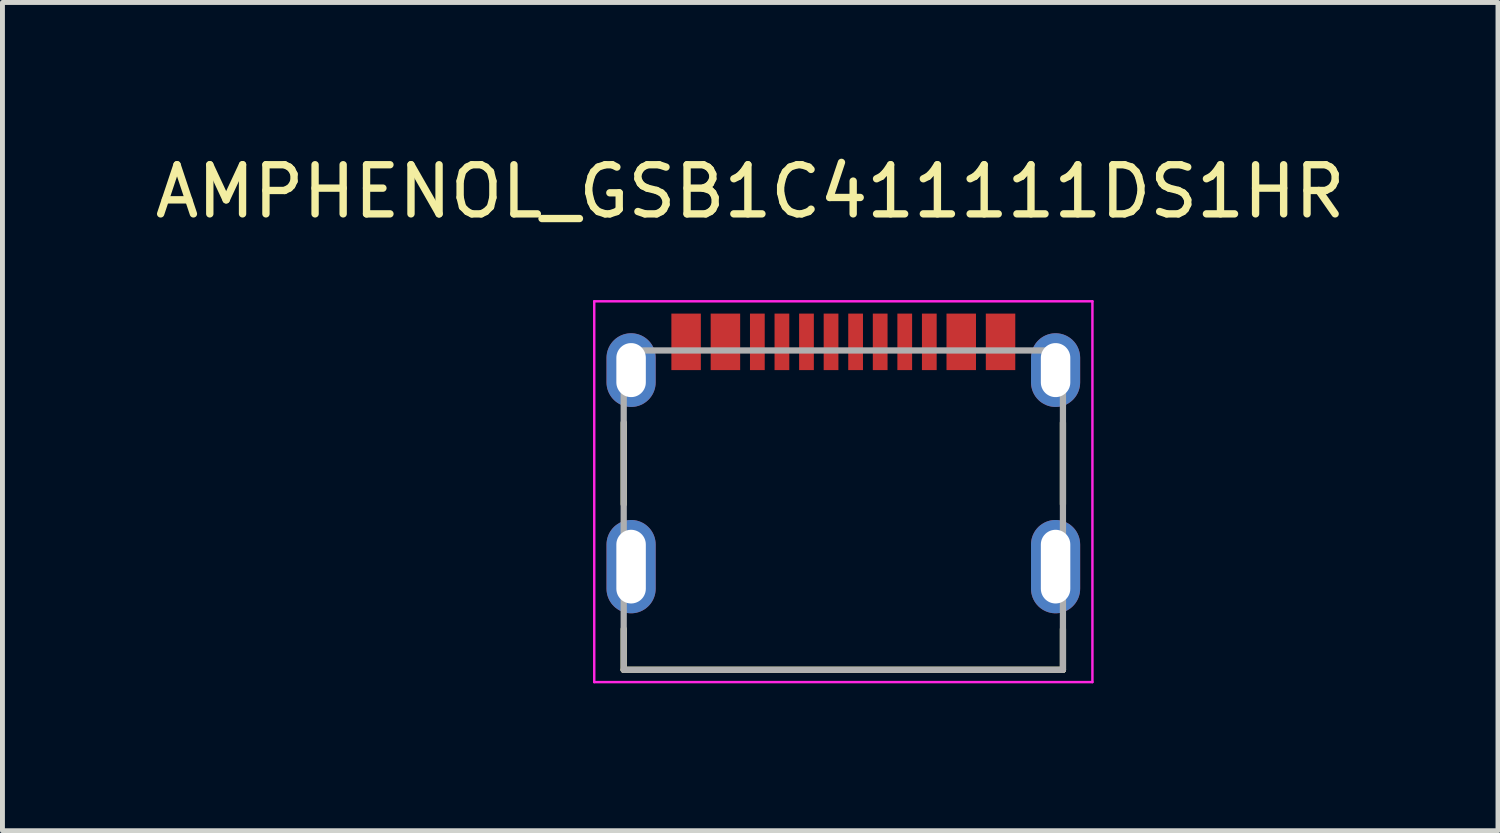
<source format=kicad_pcb>
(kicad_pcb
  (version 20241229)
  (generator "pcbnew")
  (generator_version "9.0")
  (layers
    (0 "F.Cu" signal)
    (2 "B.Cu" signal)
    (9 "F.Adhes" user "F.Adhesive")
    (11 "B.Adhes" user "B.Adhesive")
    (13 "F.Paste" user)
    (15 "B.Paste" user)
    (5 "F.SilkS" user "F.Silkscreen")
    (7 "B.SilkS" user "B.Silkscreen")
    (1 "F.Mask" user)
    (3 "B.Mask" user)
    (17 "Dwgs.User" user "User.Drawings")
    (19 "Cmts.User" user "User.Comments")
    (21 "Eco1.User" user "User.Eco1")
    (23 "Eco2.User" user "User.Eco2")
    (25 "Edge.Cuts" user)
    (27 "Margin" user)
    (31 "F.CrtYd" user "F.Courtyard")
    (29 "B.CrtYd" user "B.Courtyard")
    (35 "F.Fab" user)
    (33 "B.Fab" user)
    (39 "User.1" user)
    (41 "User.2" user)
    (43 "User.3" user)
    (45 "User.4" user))
  (footprint "AMPHENOL_GSB1C411111DS1HR"
    (layer "F.Cu")
    (at 14.115 8.483)
    (property "Reference" "AMPHENOL_GSB1C411111DS1HR" (at -1.895 -7.635 0) (layer "F.SilkS") (effects (font (size 1 1) (thickness 0.15))))
    (attr smd)
    (fp_line (start -4.47 -2.93) (end -4.47 -1.27) (stroke (width 0.127) (type solid)) (layer "F.SilkS"))
    (fp_line (start -4.47 2.1) (end -4.47 1.27) (stroke (width 0.127) (type solid)) (layer "F.SilkS"))
    (fp_line (start -4.47 2.1) (end 4.47 2.1) (stroke (width 0.127) (type solid)) (layer "F.SilkS"))
    (fp_line (start 4.47 -2.93) (end 4.47 -1.27) (stroke (width 0.127) (type solid)) (layer "F.SilkS"))
    (fp_line (start 4.47 2.1) (end 4.47 1.27) (stroke (width 0.127) (type solid)) (layer "F.SilkS"))
    (fp_line (start -5.07 -5.4) (end -5.07 2.35) (stroke (width 0.05) (type solid)) (layer "F.CrtYd"))
    (fp_line (start -5.07 2.35) (end 5.07 2.35) (stroke (width 0.05) (type solid)) (layer "F.CrtYd"))
    (fp_line (start 5.07 -5.4) (end -5.07 -5.4) (stroke (width 0.05) (type solid)) (layer "F.CrtYd"))
    (fp_line (start 5.07 2.35) (end 5.07 -5.4) (stroke (width 0.05) (type solid)) (layer "F.CrtYd"))
    (fp_line (start -4.47 -4.4) (end -4.47 2.1) (stroke (width 0.127) (type solid)) (layer "F.Fab"))
    (fp_line (start -4.47 2.1) (end 4.47 2.1) (stroke (width 0.127) (type solid)) (layer "F.Fab"))
    (fp_line (start 4.47 -4.4) (end -4.47 -4.4) (stroke (width 0.127) (type solid)) (layer "F.Fab"))
    (fp_line (start 4.47 2.1) (end 4.47 -4.4) (stroke (width 0.127) (type solid)) (layer "F.Fab"))
    (pad "A1B12" smd rect (at -3.2 -4.575) (size 0.6 1.15) (layers "F.Cu" "F.Mask" "F.Paste"))
    (pad "A4B9" smd rect (at -2.4 -4.575) (size 0.6 1.15) (layers "F.Cu" "F.Mask" "F.Paste"))
    (pad "A5" smd rect (at -1.25 -4.575) (size 0.3 1.15) (layers "F.Cu" "F.Mask" "F.Paste"))
    (pad "A6" smd rect (at -0.25 -4.575) (size 0.3 1.15) (layers "F.Cu" "F.Mask" "F.Paste"))
    (pad "A7" smd rect (at 0.25 -4.575) (size 0.3 1.15) (layers "F.Cu" "F.Mask" "F.Paste"))
    (pad "A8" smd rect (at 1.25 -4.575) (size 0.3 1.15) (layers "F.Cu" "F.Mask" "F.Paste"))
    (pad "B1A12" smd rect (at 3.2 -4.575) (size 0.6 1.15) (layers "F.Cu" "F.Mask" "F.Paste"))
    (pad "B4A9" smd rect (at 2.4 -4.575) (size 0.6 1.15) (layers "F.Cu" "F.Mask" "F.Paste"))
    (pad "B5" smd rect (at 1.75 -4.575) (size 0.3 1.15) (layers "F.Cu" "F.Mask" "F.Paste"))
    (pad "B6" smd rect (at 0.75 -4.575) (size 0.3 1.15) (layers "F.Cu" "F.Mask" "F.Paste"))
    (pad "B7" smd rect (at -0.75 -4.575) (size 0.3 1.15) (layers "F.Cu" "F.Mask" "F.Paste"))
    (pad "B8" smd rect (at -1.75 -4.575) (size 0.3 1.15) (layers "F.Cu" "F.Mask" "F.Paste"))
    (pad "SH1" thru_hole oval (at -4.32 0) (size 1 1.9) (drill oval 0.6 1.5) (layers "*.Cu" "*.Mask"))
    (pad "SH2" thru_hole oval (at 4.32 0) (size 1 1.9) (drill oval 0.6 1.5) (layers "*.Cu" "*.Mask"))
    (pad "SH3" thru_hole oval (at -4.32 -4) (size 1 1.5) (drill oval 0.6 1.1) (layers "*.Cu" "*.Mask"))
    (pad "SH4" thru_hole oval (at 4.32 -4) (size 1 1.5) (drill oval 0.6 1.1) (layers "*.Cu" "*.Mask")))
  (gr_rect
    (start -3 -3)
    (end 27.44 13.858)
    (stroke (width 0.1) (type default))
    (fill no)
    (layer "Edge.Cuts")))
</source>
